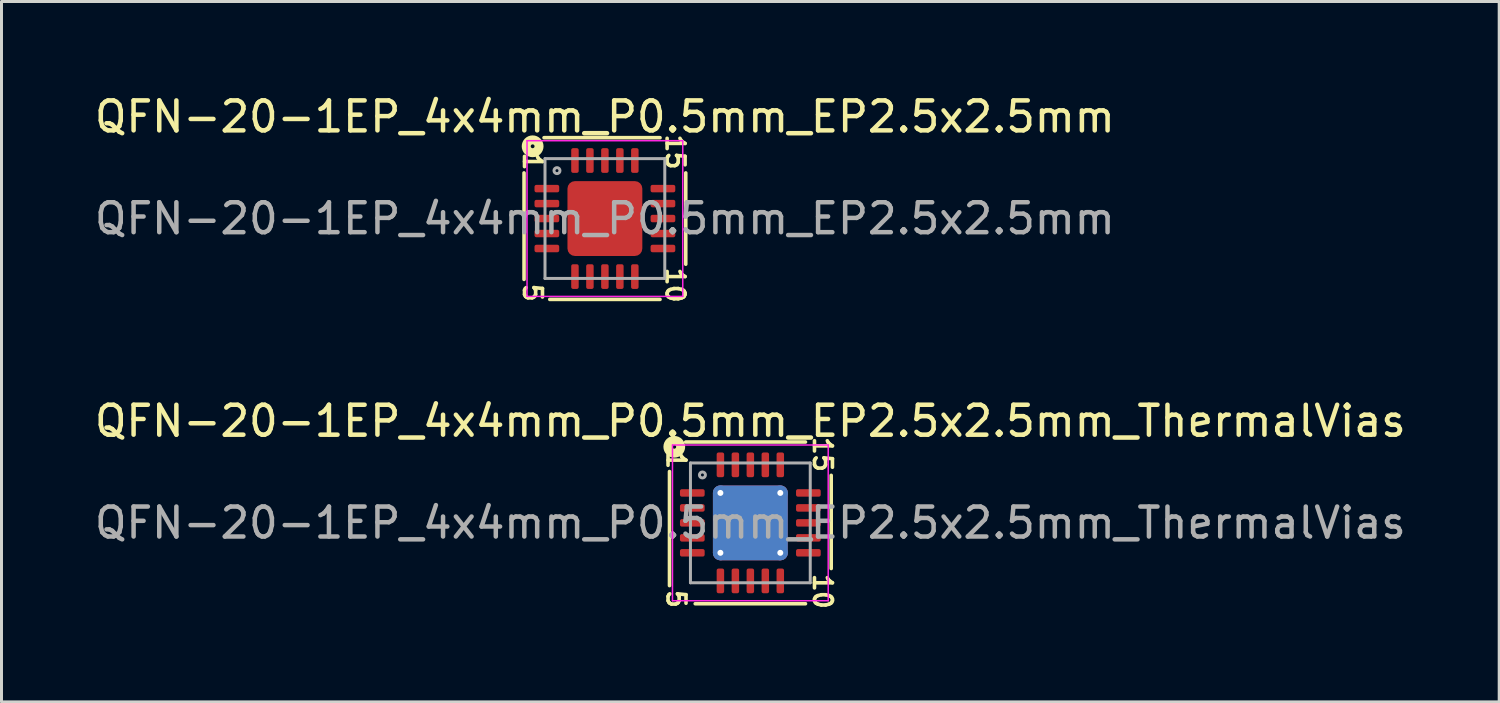
<source format=kicad_pcb>
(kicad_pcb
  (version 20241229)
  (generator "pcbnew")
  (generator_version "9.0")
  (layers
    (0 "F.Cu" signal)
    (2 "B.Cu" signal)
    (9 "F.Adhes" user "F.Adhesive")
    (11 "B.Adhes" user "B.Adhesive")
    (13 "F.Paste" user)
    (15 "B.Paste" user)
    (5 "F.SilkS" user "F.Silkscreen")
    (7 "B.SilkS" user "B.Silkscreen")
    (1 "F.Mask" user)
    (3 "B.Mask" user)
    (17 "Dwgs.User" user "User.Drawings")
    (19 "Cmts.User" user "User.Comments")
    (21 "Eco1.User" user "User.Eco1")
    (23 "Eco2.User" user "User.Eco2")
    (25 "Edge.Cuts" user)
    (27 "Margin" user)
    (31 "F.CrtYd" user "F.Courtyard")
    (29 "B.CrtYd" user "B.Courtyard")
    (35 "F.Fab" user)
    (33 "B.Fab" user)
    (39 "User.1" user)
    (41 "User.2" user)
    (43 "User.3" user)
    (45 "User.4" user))
  (footprint "QFN-20-1EP_4x4mm_P0.5mm_EP2.5x2.5mm_ThermalVias"
    (layer "F.Cu")
    (at 22.006 14.41)
    (property "Reference" "QFN-20-1EP_4x4mm_P0.5mm_EP2.5x2.5mm_ThermalVias" (at 0 -3.4 0) (layer "F.SilkS") (effects (font (size 1 1) (thickness 0.15))))
    (attr smd)
    (fp_line (start -2.7 -1.714) (end -2.7 2.095) (stroke (width 0.12) (type solid)) (layer "F.SilkS"))
    (fp_line (start -1.841 2.7) (end 1.841 2.7) (stroke (width 0.12) (type solid)) (layer "F.SilkS"))
    (fp_line (start 1.841 -2.7) (end -2.159 -2.7) (stroke (width 0.12) (type solid)) (layer "F.SilkS"))
    (fp_line (start 2.7 1.524) (end 2.7 -1.587) (stroke (width 0.12) (type solid)) (layer "F.SilkS"))
    (fp_circle (center -2.54 -2.54) (end -2.477 -2.54) (stroke (width 0.3) (type solid)) (fill no) (layer "F.SilkS"))
    (fp_line (start -2.6 -2.6) (end -2.6 2.6) (stroke (width 0.05) (type solid)) (layer "F.CrtYd"))
    (fp_line (start -2.6 2.6) (end 2.6 2.6) (stroke (width 0.05) (type solid)) (layer "F.CrtYd"))
    (fp_line (start 2.6 -2.6) (end -2.6 -2.6) (stroke (width 0.05) (type solid)) (layer "F.CrtYd"))
    (fp_line (start 2.6 2.6) (end 2.6 -2.6) (stroke (width 0.05) (type solid)) (layer "F.CrtYd"))
    (fp_line (start -2 -2) (end 2 -2) (stroke (width 0.1) (type solid)) (layer "F.Fab"))
    (fp_line (start -2 2) (end -2 -2) (stroke (width 0.1) (type solid)) (layer "F.Fab"))
    (fp_line (start 2 -2) (end 2 2) (stroke (width 0.1) (type solid)) (layer "F.Fab"))
    (fp_line (start 2 2) (end -2 2) (stroke (width 0.1) (type solid)) (layer "F.Fab"))
    (fp_circle (center -1.6 -1.6) (end -1.5 -1.6) (stroke (width 0.1) (type solid)) (fill no) (layer "F.Fab"))
    (fp_text user "15" (at 2.413 -2.286 270) (unlocked yes) (layer "F.SilkS") (effects (font (size 0.6 0.6) (thickness 0.12))))
    (fp_text user "10" (at 2.413 2.286 270) (unlocked yes) (layer "F.SilkS") (effects (font (size 0.6 0.6) (thickness 0.12))))
    (fp_text user "1" (at -2.477 -2.095 270) (unlocked yes) (layer "F.SilkS") (effects (font (size 0.6 0.6) (thickness 0.12))))
    (fp_text user "5" (at -2.477 2.54 270) (unlocked yes) (layer "F.SilkS") (effects (font (size 0.6 0.6) (thickness 0.12))))
    (fp_text user "${REFERENCE}" (at 0 0 0) (layer "F.Fab") (effects (font (size 1 1) (thickness 0.15))))
    (pad "" smd roundrect (at -0.625 -0.625) (size 1.08 1.08) (layers "F.Paste") (roundrect_rratio 0.231))
    (pad "" smd roundrect (at -0.625 0.625) (size 1.08 1.08) (layers "F.Paste") (roundrect_rratio 0.231))
    (pad "" smd roundrect (at 0.625 -0.625) (size 1.08 1.08) (layers "F.Paste") (roundrect_rratio 0.231))
    (pad "" smd roundrect (at 0.625 0.625) (size 1.08 1.08) (layers "F.Paste") (roundrect_rratio 0.231))
    (pad "1" smd roundrect (at -1.938 -1) (size 0.825 0.25) (layers "F.Cu" "F.Mask" "F.Paste") (roundrect_rratio 0.25))
    (pad "2" smd roundrect (at -1.938 -0.5) (size 0.825 0.25) (layers "F.Cu" "F.Mask" "F.Paste") (roundrect_rratio 0.25))
    (pad "3" smd roundrect (at -1.938 0) (size 0.825 0.25) (layers "F.Cu" "F.Mask" "F.Paste") (roundrect_rratio 0.25))
    (pad "4" smd roundrect (at -1.938 0.5) (size 0.825 0.25) (layers "F.Cu" "F.Mask" "F.Paste") (roundrect_rratio 0.25))
    (pad "5" smd roundrect (at -1.938 1) (size 0.825 0.25) (layers "F.Cu" "F.Mask" "F.Paste") (roundrect_rratio 0.25))
    (pad "6" smd roundrect (at -1 1.938) (size 0.25 0.825) (layers "F.Cu" "F.Mask" "F.Paste") (roundrect_rratio 0.25))
    (pad "7" smd roundrect (at -0.5 1.938) (size 0.25 0.825) (layers "F.Cu" "F.Mask" "F.Paste") (roundrect_rratio 0.25))
    (pad "8" smd roundrect (at 0 1.938) (size 0.25 0.825) (layers "F.Cu" "F.Mask" "F.Paste") (roundrect_rratio 0.25))
    (pad "9" smd roundrect (at 0.5 1.938) (size 0.25 0.825) (layers "F.Cu" "F.Mask" "F.Paste") (roundrect_rratio 0.25))
    (pad "10" smd roundrect (at 1 1.938) (size 0.25 0.825) (layers "F.Cu" "F.Mask" "F.Paste") (roundrect_rratio 0.25))
    (pad "11" smd roundrect (at 1.938 1) (size 0.825 0.25) (layers "F.Cu" "F.Mask" "F.Paste") (roundrect_rratio 0.25))
    (pad "12" smd roundrect (at 1.938 0.5) (size 0.825 0.25) (layers "F.Cu" "F.Mask" "F.Paste") (roundrect_rratio 0.25))
    (pad "13" smd roundrect (at 1.938 0) (size 0.825 0.25) (layers "F.Cu" "F.Mask" "F.Paste") (roundrect_rratio 0.25))
    (pad "14" smd roundrect (at 1.938 -0.5) (size 0.825 0.25) (layers "F.Cu" "F.Mask" "F.Paste") (roundrect_rratio 0.25))
    (pad "15" smd roundrect (at 1.938 -1) (size 0.825 0.25) (layers "F.Cu" "F.Mask" "F.Paste") (roundrect_rratio 0.25))
    (pad "16" smd roundrect (at 1 -1.938) (size 0.25 0.825) (layers "F.Cu" "F.Mask" "F.Paste") (roundrect_rratio 0.25))
    (pad "17" smd roundrect (at 0.5 -1.938) (size 0.25 0.825) (layers "F.Cu" "F.Mask" "F.Paste") (roundrect_rratio 0.25))
    (pad "18" smd roundrect (at 0 -1.938) (size 0.25 0.825) (layers "F.Cu" "F.Mask" "F.Paste") (roundrect_rratio 0.25))
    (pad "19" smd roundrect (at -0.5 -1.938) (size 0.25 0.825) (layers "F.Cu" "F.Mask" "F.Paste") (roundrect_rratio 0.25))
    (pad "20" smd roundrect (at -1 -1.938) (size 0.25 0.825) (layers "F.Cu" "F.Mask" "F.Paste") (roundrect_rratio 0.25))
    (pad "21" thru_hole circle (at -1 -1) (size 0.5 0.5) (drill 0.2) (property pad_prop_heatsink) (layers "*.Cu"))
    (pad "21" thru_hole circle (at -1 1) (size 0.5 0.5) (drill 0.2) (property pad_prop_heatsink) (layers "*.Cu"))
    (pad "21" smd roundrect (at 0 0) (size 2.5 2.5) (layers "F.Cu" "F.Mask") (roundrect_rratio 0.1))
    (pad "21" smd roundrect (at 0 0) (size 2.5 2.5) (layers "B.Cu" "B.Mask") (roundrect_rratio 0.1))
    (pad "21" thru_hole circle (at 1 -1) (size 0.5 0.5) (drill 0.2) (property pad_prop_heatsink) (layers "*.Cu"))
    (pad "21" thru_hole circle (at 1 1) (size 0.5 0.5) (drill 0.2) (property pad_prop_heatsink) (layers "*.Cu")))
  (footprint "QFN-20-1EP_4x4mm_P0.5mm_EP2.5x2.5mm"
    (layer "F.Cu")
    (at 17.149 4.248)
    (property "Reference" "QFN-20-1EP_4x4mm_P0.5mm_EP2.5x2.5mm" (at 0 -3.4 0) (layer "F.SilkS") (effects (font (size 1 1) (thickness 0.15))))
    (attr smd)
    (fp_line (start -2.7 -1.524) (end -2.7 2.032) (stroke (width 0.12) (type solid)) (layer "F.SilkS"))
    (fp_line (start -1.841 2.7) (end 1.841 2.7) (stroke (width 0.12) (type solid)) (layer "F.SilkS"))
    (fp_line (start 1.841 -2.7) (end -2.032 -2.7) (stroke (width 0.12) (type solid)) (layer "F.SilkS"))
    (fp_line (start 2.7 1.524) (end 2.7 -1.524) (stroke (width 0.12) (type solid)) (layer "F.SilkS"))
    (fp_circle (center -2.413 -2.413) (end -2.349 -2.413) (stroke (width 0.3) (type solid)) (fill no) (layer "F.SilkS"))
    (fp_line (start -2.6 -2.6) (end -2.6 2.6) (stroke (width 0.05) (type solid)) (layer "F.CrtYd"))
    (fp_line (start -2.6 2.6) (end 2.6 2.6) (stroke (width 0.05) (type solid)) (layer "F.CrtYd"))
    (fp_line (start 2.6 -2.6) (end -2.6 -2.6) (stroke (width 0.05) (type solid)) (layer "F.CrtYd"))
    (fp_line (start 2.6 2.6) (end 2.6 -2.6) (stroke (width 0.05) (type solid)) (layer "F.CrtYd"))
    (fp_line (start -2 -2) (end 2 -2) (stroke (width 0.1) (type solid)) (layer "F.Fab"))
    (fp_line (start -2 2) (end -2 -2) (stroke (width 0.1) (type solid)) (layer "F.Fab"))
    (fp_line (start 2 -2) (end 2 2) (stroke (width 0.1) (type solid)) (layer "F.Fab"))
    (fp_line (start 2 2) (end -2 2) (stroke (width 0.1) (type solid)) (layer "F.Fab"))
    (fp_circle (center -1.6 -1.6) (end -1.5 -1.6) (stroke (width 0.1) (type solid)) (fill no) (layer "F.Fab"))
    (fp_text user "5" (at -2.413 2.477 270) (unlocked yes) (layer "F.SilkS") (effects (font (size 0.6 0.6) (thickness 0.12))))
    (fp_text user "1" (at -2.413 -1.905 270) (unlocked yes) (layer "F.SilkS") (effects (font (size 0.6 0.6) (thickness 0.12))))
    (fp_text user "10" (at 2.349 2.223 270) (unlocked yes) (layer "F.SilkS") (effects (font (size 0.6 0.6) (thickness 0.12))))
    (fp_text user "15" (at 2.349 -2.223 270) (unlocked yes) (layer "F.SilkS") (effects (font (size 0.6 0.6) (thickness 0.12))))
    (fp_text user "${REFERENCE}" (at 0 0 0) (layer "F.Fab") (effects (font (size 1 1) (thickness 0.15))))
    (pad "" smd roundrect (at -0.625 -0.625) (size 1.01 1.01) (layers "F.Paste") (roundrect_rratio 0.248))
    (pad "" smd roundrect (at -0.625 0.625) (size 1.01 1.01) (layers "F.Paste") (roundrect_rratio 0.248))
    (pad "" smd roundrect (at 0.625 -0.625) (size 1.01 1.01) (layers "F.Paste") (roundrect_rratio 0.248))
    (pad "" smd roundrect (at 0.625 0.625) (size 1.01 1.01) (layers "F.Paste") (roundrect_rratio 0.248))
    (pad "1" smd roundrect (at -1.938 -1) (size 0.825 0.25) (layers "F.Cu" "F.Mask" "F.Paste") (roundrect_rratio 0.25))
    (pad "2" smd roundrect (at -1.938 -0.5) (size 0.825 0.25) (layers "F.Cu" "F.Mask" "F.Paste") (roundrect_rratio 0.25))
    (pad "3" smd roundrect (at -1.938 0) (size 0.825 0.25) (layers "F.Cu" "F.Mask" "F.Paste") (roundrect_rratio 0.25))
    (pad "4" smd roundrect (at -1.938 0.5) (size 0.825 0.25) (layers "F.Cu" "F.Mask" "F.Paste") (roundrect_rratio 0.25))
    (pad "5" smd roundrect (at -1.938 1) (size 0.825 0.25) (layers "F.Cu" "F.Mask" "F.Paste") (roundrect_rratio 0.25))
    (pad "6" smd roundrect (at -1 1.938) (size 0.25 0.825) (layers "F.Cu" "F.Mask" "F.Paste") (roundrect_rratio 0.25))
    (pad "7" smd roundrect (at -0.5 1.938) (size 0.25 0.825) (layers "F.Cu" "F.Mask" "F.Paste") (roundrect_rratio 0.25))
    (pad "8" smd roundrect (at 0 1.938) (size 0.25 0.825) (layers "F.Cu" "F.Mask" "F.Paste") (roundrect_rratio 0.25))
    (pad "9" smd roundrect (at 0.5 1.938) (size 0.25 0.825) (layers "F.Cu" "F.Mask" "F.Paste") (roundrect_rratio 0.25))
    (pad "10" smd roundrect (at 1 1.938) (size 0.25 0.825) (layers "F.Cu" "F.Mask" "F.Paste") (roundrect_rratio 0.25))
    (pad "11" smd roundrect (at 1.938 1) (size 0.825 0.25) (layers "F.Cu" "F.Mask" "F.Paste") (roundrect_rratio 0.25))
    (pad "12" smd roundrect (at 1.938 0.5) (size 0.825 0.25) (layers "F.Cu" "F.Mask" "F.Paste") (roundrect_rratio 0.25))
    (pad "13" smd roundrect (at 1.938 0) (size 0.825 0.25) (layers "F.Cu" "F.Mask" "F.Paste") (roundrect_rratio 0.25))
    (pad "14" smd roundrect (at 1.938 -0.5) (size 0.825 0.25) (layers "F.Cu" "F.Mask" "F.Paste") (roundrect_rratio 0.25))
    (pad "15" smd roundrect (at 1.938 -1) (size 0.825 0.25) (layers "F.Cu" "F.Mask" "F.Paste") (roundrect_rratio 0.25))
    (pad "16" smd roundrect (at 1 -1.938) (size 0.25 0.825) (layers "F.Cu" "F.Mask" "F.Paste") (roundrect_rratio 0.25))
    (pad "17" smd roundrect (at 0.5 -1.938) (size 0.25 0.825) (layers "F.Cu" "F.Mask" "F.Paste") (roundrect_rratio 0.25))
    (pad "18" smd roundrect (at 0 -1.938) (size 0.25 0.825) (layers "F.Cu" "F.Mask" "F.Paste") (roundrect_rratio 0.25))
    (pad "19" smd roundrect (at -0.5 -1.938) (size 0.25 0.825) (layers "F.Cu" "F.Mask" "F.Paste") (roundrect_rratio 0.25))
    (pad "20" smd roundrect (at -1 -1.938) (size 0.25 0.825) (layers "F.Cu" "F.Mask" "F.Paste") (roundrect_rratio 0.25))
    (pad "21" smd roundrect (at 0 0) (size 2.5 2.5) (layers "F.Cu" "F.Mask") (roundrect_rratio 0.1)))
  (gr_rect
    (start -3 -3)
    (end 47.012 20.388)
    (stroke (width 0.1) (type default))
    (fill no)
    (layer "Edge.Cuts")))
</source>
